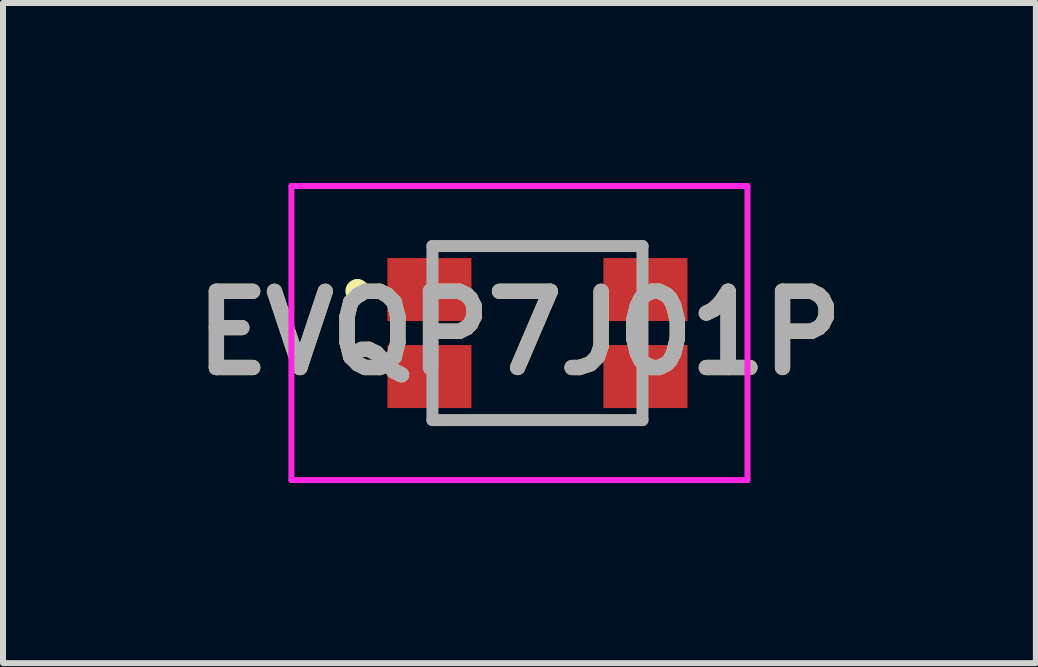
<source format=kicad_pcb>
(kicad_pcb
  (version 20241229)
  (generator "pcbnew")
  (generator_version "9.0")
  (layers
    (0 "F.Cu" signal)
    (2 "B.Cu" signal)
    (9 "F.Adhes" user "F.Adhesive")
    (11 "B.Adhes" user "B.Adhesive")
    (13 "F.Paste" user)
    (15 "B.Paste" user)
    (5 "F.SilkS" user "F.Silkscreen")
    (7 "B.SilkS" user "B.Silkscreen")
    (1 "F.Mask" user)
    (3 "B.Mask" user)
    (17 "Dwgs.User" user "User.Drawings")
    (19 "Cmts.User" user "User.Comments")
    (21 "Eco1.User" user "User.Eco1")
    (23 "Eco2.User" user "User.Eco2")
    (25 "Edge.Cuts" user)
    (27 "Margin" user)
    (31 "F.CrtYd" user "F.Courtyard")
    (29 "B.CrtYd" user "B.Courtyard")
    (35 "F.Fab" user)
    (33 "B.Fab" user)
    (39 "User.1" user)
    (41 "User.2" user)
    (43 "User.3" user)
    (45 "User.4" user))
  (footprint "EVQP7J01P"
    (layer "F.Cu")
    (at 5.606 2.5)
    (property "Reference" "EVQP7J01P" (at 0 0 0) (layer "F.SilkS") (effects (font (size 1.27 1.27) (thickness 0.254))))
    (attr smd)
    (fp_line (start -2.7 -0.8) (end -2.7 -0.8) (stroke (width 0.2) (type solid)) (layer "F.SilkS"))
    (fp_line (start -2.7 -0.6) (end -2.7 -0.6) (stroke (width 0.2) (type solid)) (layer "F.SilkS"))
    (fp_line (start -1.45 -1.45) (end 2.1 -1.45) (stroke (width 0.1) (type solid)) (layer "F.SilkS"))
    (fp_line (start -1.45 1.45) (end 2.05 1.45) (stroke (width 0.1) (type solid)) (layer "F.SilkS"))
    (fp_arc (start -2.7 -0.8) (mid -2.6 -0.7) (end -2.7 -0.6) (stroke (width 0.2) (type solid)) (layer "F.SilkS"))
    (fp_arc (start -2.7 -0.6) (mid -2.8 -0.7) (end -2.7 -0.8) (stroke (width 0.2) (type solid)) (layer "F.SilkS"))
    (fp_line (start -3.8 -2.45) (end 3.8 -2.45) (stroke (width 0.1) (type solid)) (layer "F.CrtYd"))
    (fp_line (start -3.8 2.45) (end -3.8 -2.45) (stroke (width 0.1) (type solid)) (layer "F.CrtYd"))
    (fp_line (start 3.8 -2.45) (end 3.8 2.45) (stroke (width 0.1) (type solid)) (layer "F.CrtYd"))
    (fp_line (start 3.8 2.45) (end -3.8 2.45) (stroke (width 0.1) (type solid)) (layer "F.CrtYd"))
    (fp_line (start -1.45 -1.45) (end 2.05 -1.45) (stroke (width 0.2) (type solid)) (layer "F.Fab"))
    (fp_line (start -1.45 1.45) (end -1.45 -1.45) (stroke (width 0.2) (type solid)) (layer "F.Fab"))
    (fp_line (start 2.05 -1.45) (end 2.05 1.45) (stroke (width 0.2) (type solid)) (layer "F.Fab"))
    (fp_line (start 2.05 1.45) (end -1.45 1.45) (stroke (width 0.2) (type solid)) (layer "F.Fab"))
    (fp_text user "${REFERENCE}" (at 0 0 0) (layer "F.Fab") (effects (font (size 1.27 1.27) (thickness 0.254))))
    (pad "1" smd rect (at -1.5 -0.725 90) (size 1.05 1.4) (layers "F.Cu" "F.Mask" "F.Paste"))
    (pad "2" smd rect (at 2.1 -0.725 90) (size 1.05 1.4) (layers "F.Cu" "F.Mask" "F.Paste"))
    (pad "3" smd rect (at -1.5 0.725 90) (size 1.05 1.4) (layers "F.Cu" "F.Mask" "F.Paste"))
    (pad "4" smd rect (at 2.1 0.725 90) (size 1.05 1.4) (layers "F.Cu" "F.Mask" "F.Paste")))
  (gr_rect
    (start -3 -3)
    (end 14.212 8)
    (stroke (width 0.1) (type default))
    (fill no)
    (layer "Edge.Cuts")))
</source>
